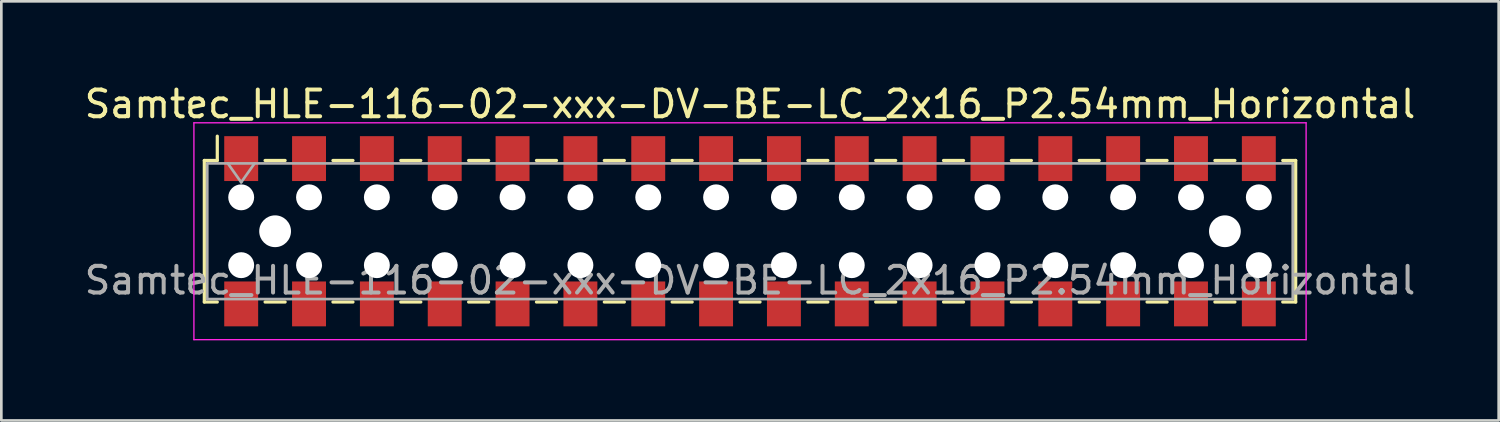
<source format=kicad_pcb>
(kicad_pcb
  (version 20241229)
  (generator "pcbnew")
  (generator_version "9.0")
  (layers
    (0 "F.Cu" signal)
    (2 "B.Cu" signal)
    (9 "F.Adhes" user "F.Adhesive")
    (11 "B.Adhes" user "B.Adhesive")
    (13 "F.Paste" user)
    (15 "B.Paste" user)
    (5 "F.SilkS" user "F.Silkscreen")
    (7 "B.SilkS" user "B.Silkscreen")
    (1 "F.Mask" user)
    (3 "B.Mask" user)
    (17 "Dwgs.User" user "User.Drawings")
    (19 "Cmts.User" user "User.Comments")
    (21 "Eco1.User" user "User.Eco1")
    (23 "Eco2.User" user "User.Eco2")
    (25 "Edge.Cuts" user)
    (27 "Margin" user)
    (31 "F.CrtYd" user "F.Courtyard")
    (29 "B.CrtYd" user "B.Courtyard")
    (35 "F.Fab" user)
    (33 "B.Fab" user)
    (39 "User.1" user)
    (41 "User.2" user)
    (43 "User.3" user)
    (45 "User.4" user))
  (footprint "Samtec_HLE-116-02-xxx-DV-BE-LC_2x16_P2.54mm_Horizontal"
    (layer "F.Cu")
    (at 25.03 5.608)
    (property "Reference" "Samtec_HLE-116-02-xxx-DV-BE-LC_2x16_P2.54mm_Horizontal" (at 0 -4.76 0) (layer "F.SilkS") (effects (font (size 1 1) (thickness 0.15))))
    (attr smd)
    (fp_line (start -20.43 -2.65) (end -20.43 2.65) (stroke (width 0.12) (type solid)) (layer "F.SilkS"))
    (fp_line (start -20.43 2.65) (end -19.945 2.65) (stroke (width 0.12) (type solid)) (layer "F.SilkS"))
    (fp_line (start -19.945 -3.56) (end -19.945 -2.65) (stroke (width 0.12) (type solid)) (layer "F.SilkS"))
    (fp_line (start -19.945 -2.65) (end -20.43 -2.65) (stroke (width 0.12) (type solid)) (layer "F.SilkS"))
    (fp_line (start -18.155 -2.65) (end -17.405 -2.65) (stroke (width 0.12) (type solid)) (layer "F.SilkS"))
    (fp_line (start -18.155 2.65) (end -17.405 2.65) (stroke (width 0.12) (type solid)) (layer "F.SilkS"))
    (fp_line (start -15.615 -2.65) (end -14.865 -2.65) (stroke (width 0.12) (type solid)) (layer "F.SilkS"))
    (fp_line (start -15.615 2.65) (end -14.865 2.65) (stroke (width 0.12) (type solid)) (layer "F.SilkS"))
    (fp_line (start -13.075 -2.65) (end -12.325 -2.65) (stroke (width 0.12) (type solid)) (layer "F.SilkS"))
    (fp_line (start -13.075 2.65) (end -12.325 2.65) (stroke (width 0.12) (type solid)) (layer "F.SilkS"))
    (fp_line (start -10.535 -2.65) (end -9.785 -2.65) (stroke (width 0.12) (type solid)) (layer "F.SilkS"))
    (fp_line (start -10.535 2.65) (end -9.785 2.65) (stroke (width 0.12) (type solid)) (layer "F.SilkS"))
    (fp_line (start -7.995 -2.65) (end -7.245 -2.65) (stroke (width 0.12) (type solid)) (layer "F.SilkS"))
    (fp_line (start -7.995 2.65) (end -7.245 2.65) (stroke (width 0.12) (type solid)) (layer "F.SilkS"))
    (fp_line (start -5.455 -2.65) (end -4.705 -2.65) (stroke (width 0.12) (type solid)) (layer "F.SilkS"))
    (fp_line (start -5.455 2.65) (end -4.705 2.65) (stroke (width 0.12) (type solid)) (layer "F.SilkS"))
    (fp_line (start -2.915 -2.65) (end -2.165 -2.65) (stroke (width 0.12) (type solid)) (layer "F.SilkS"))
    (fp_line (start -2.915 2.65) (end -2.165 2.65) (stroke (width 0.12) (type solid)) (layer "F.SilkS"))
    (fp_line (start -0.375 -2.65) (end 0.375 -2.65) (stroke (width 0.12) (type solid)) (layer "F.SilkS"))
    (fp_line (start -0.375 2.65) (end 0.375 2.65) (stroke (width 0.12) (type solid)) (layer "F.SilkS"))
    (fp_line (start 2.165 -2.65) (end 2.915 -2.65) (stroke (width 0.12) (type solid)) (layer "F.SilkS"))
    (fp_line (start 2.165 2.65) (end 2.915 2.65) (stroke (width 0.12) (type solid)) (layer "F.SilkS"))
    (fp_line (start 4.705 -2.65) (end 5.455 -2.65) (stroke (width 0.12) (type solid)) (layer "F.SilkS"))
    (fp_line (start 4.705 2.65) (end 5.455 2.65) (stroke (width 0.12) (type solid)) (layer "F.SilkS"))
    (fp_line (start 7.245 -2.65) (end 7.995 -2.65) (stroke (width 0.12) (type solid)) (layer "F.SilkS"))
    (fp_line (start 7.245 2.65) (end 7.995 2.65) (stroke (width 0.12) (type solid)) (layer "F.SilkS"))
    (fp_line (start 9.785 -2.65) (end 10.535 -2.65) (stroke (width 0.12) (type solid)) (layer "F.SilkS"))
    (fp_line (start 9.785 2.65) (end 10.535 2.65) (stroke (width 0.12) (type solid)) (layer "F.SilkS"))
    (fp_line (start 12.325 -2.65) (end 13.075 -2.65) (stroke (width 0.12) (type solid)) (layer "F.SilkS"))
    (fp_line (start 12.325 2.65) (end 13.075 2.65) (stroke (width 0.12) (type solid)) (layer "F.SilkS"))
    (fp_line (start 14.865 -2.65) (end 15.615 -2.65) (stroke (width 0.12) (type solid)) (layer "F.SilkS"))
    (fp_line (start 14.865 2.65) (end 15.615 2.65) (stroke (width 0.12) (type solid)) (layer "F.SilkS"))
    (fp_line (start 17.405 -2.65) (end 18.155 -2.65) (stroke (width 0.12) (type solid)) (layer "F.SilkS"))
    (fp_line (start 17.405 2.65) (end 18.155 2.65) (stroke (width 0.12) (type solid)) (layer "F.SilkS"))
    (fp_line (start 19.945 -2.65) (end 20.43 -2.65) (stroke (width 0.12) (type solid)) (layer "F.SilkS"))
    (fp_line (start 20.43 -2.65) (end 20.43 2.65) (stroke (width 0.12) (type solid)) (layer "F.SilkS"))
    (fp_line (start 20.43 2.65) (end 19.945 2.65) (stroke (width 0.12) (type solid)) (layer "F.SilkS"))
    (fp_line (start -20.82 -4.06) (end 20.82 -4.06) (stroke (width 0.05) (type solid)) (layer "F.CrtYd"))
    (fp_line (start -20.82 4.06) (end -20.82 -4.06) (stroke (width 0.05) (type solid)) (layer "F.CrtYd"))
    (fp_line (start 20.82 -4.06) (end 20.82 4.06) (stroke (width 0.05) (type solid)) (layer "F.CrtYd"))
    (fp_line (start 20.82 4.06) (end -20.82 4.06) (stroke (width 0.05) (type solid)) (layer "F.CrtYd"))
    (fp_line (start -20.32 -2.54) (end 20.32 -2.54) (stroke (width 0.1) (type solid)) (layer "F.Fab"))
    (fp_line (start -20.32 2.54) (end -20.32 -2.54) (stroke (width 0.1) (type solid)) (layer "F.Fab"))
    (fp_line (start -19.55 -2.54) (end -19.05 -1.833) (stroke (width 0.1) (type solid)) (layer "F.Fab"))
    (fp_line (start -19.05 -1.833) (end -18.55 -2.54) (stroke (width 0.1) (type solid)) (layer "F.Fab"))
    (fp_line (start 20.32 -2.54) (end 20.32 2.54) (stroke (width 0.1) (type solid)) (layer "F.Fab"))
    (fp_line (start 20.32 2.54) (end -20.32 2.54) (stroke (width 0.1) (type solid)) (layer "F.Fab"))
    (fp_text user "${REFERENCE}" (at 0 1.84 0) (layer "F.Fab") (effects (font (size 1 1) (thickness 0.15))))
    (pad "" np_thru_hole circle (at -19.05 -1.27) (size 0.97 0.97) (drill 0.97) (layers "*.Cu" "*.Mask"))
    (pad "" np_thru_hole circle (at -19.05 1.27) (size 0.97 0.97) (drill 0.97) (layers "*.Cu" "*.Mask"))
    (pad "" np_thru_hole circle (at -17.78 0) (size 1.19 1.19) (drill 1.19) (layers "*.Cu" "*.Mask"))
    (pad "" np_thru_hole circle (at -16.51 -1.27) (size 0.97 0.97) (drill 0.97) (layers "*.Cu" "*.Mask"))
    (pad "" np_thru_hole circle (at -16.51 1.27) (size 0.97 0.97) (drill 0.97) (layers "*.Cu" "*.Mask"))
    (pad "" np_thru_hole circle (at -13.97 -1.27) (size 0.97 0.97) (drill 0.97) (layers "*.Cu" "*.Mask"))
    (pad "" np_thru_hole circle (at -13.97 1.27) (size 0.97 0.97) (drill 0.97) (layers "*.Cu" "*.Mask"))
    (pad "" np_thru_hole circle (at -11.43 -1.27) (size 0.97 0.97) (drill 0.97) (layers "*.Cu" "*.Mask"))
    (pad "" np_thru_hole circle (at -11.43 1.27) (size 0.97 0.97) (drill 0.97) (layers "*.Cu" "*.Mask"))
    (pad "" np_thru_hole circle (at -8.89 -1.27) (size 0.97 0.97) (drill 0.97) (layers "*.Cu" "*.Mask"))
    (pad "" np_thru_hole circle (at -8.89 1.27) (size 0.97 0.97) (drill 0.97) (layers "*.Cu" "*.Mask"))
    (pad "" np_thru_hole circle (at -6.35 -1.27) (size 0.97 0.97) (drill 0.97) (layers "*.Cu" "*.Mask"))
    (pad "" np_thru_hole circle (at -6.35 1.27) (size 0.97 0.97) (drill 0.97) (layers "*.Cu" "*.Mask"))
    (pad "" np_thru_hole circle (at -3.81 -1.27) (size 0.97 0.97) (drill 0.97) (layers "*.Cu" "*.Mask"))
    (pad "" np_thru_hole circle (at -3.81 1.27) (size 0.97 0.97) (drill 0.97) (layers "*.Cu" "*.Mask"))
    (pad "" np_thru_hole circle (at -1.27 -1.27) (size 0.97 0.97) (drill 0.97) (layers "*.Cu" "*.Mask"))
    (pad "" np_thru_hole circle (at -1.27 1.27) (size 0.97 0.97) (drill 0.97) (layers "*.Cu" "*.Mask"))
    (pad "" np_thru_hole circle (at 1.27 -1.27) (size 0.97 0.97) (drill 0.97) (layers "*.Cu" "*.Mask"))
    (pad "" np_thru_hole circle (at 1.27 1.27) (size 0.97 0.97) (drill 0.97) (layers "*.Cu" "*.Mask"))
    (pad "" np_thru_hole circle (at 3.81 -1.27) (size 0.97 0.97) (drill 0.97) (layers "*.Cu" "*.Mask"))
    (pad "" np_thru_hole circle (at 3.81 1.27) (size 0.97 0.97) (drill 0.97) (layers "*.Cu" "*.Mask"))
    (pad "" np_thru_hole circle (at 6.35 -1.27) (size 0.97 0.97) (drill 0.97) (layers "*.Cu" "*.Mask"))
    (pad "" np_thru_hole circle (at 6.35 1.27) (size 0.97 0.97) (drill 0.97) (layers "*.Cu" "*.Mask"))
    (pad "" np_thru_hole circle (at 8.89 -1.27) (size 0.97 0.97) (drill 0.97) (layers "*.Cu" "*.Mask"))
    (pad "" np_thru_hole circle (at 8.89 1.27) (size 0.97 0.97) (drill 0.97) (layers "*.Cu" "*.Mask"))
    (pad "" np_thru_hole circle (at 11.43 -1.27) (size 0.97 0.97) (drill 0.97) (layers "*.Cu" "*.Mask"))
    (pad "" np_thru_hole circle (at 11.43 1.27) (size 0.97 0.97) (drill 0.97) (layers "*.Cu" "*.Mask"))
    (pad "" np_thru_hole circle (at 13.97 -1.27) (size 0.97 0.97) (drill 0.97) (layers "*.Cu" "*.Mask"))
    (pad "" np_thru_hole circle (at 13.97 1.27) (size 0.97 0.97) (drill 0.97) (layers "*.Cu" "*.Mask"))
    (pad "" np_thru_hole circle (at 16.51 -1.27) (size 0.97 0.97) (drill 0.97) (layers "*.Cu" "*.Mask"))
    (pad "" np_thru_hole circle (at 16.51 1.27) (size 0.97 0.97) (drill 0.97) (layers "*.Cu" "*.Mask"))
    (pad "" np_thru_hole circle (at 17.78 0) (size 1.19 1.19) (drill 1.19) (layers "*.Cu" "*.Mask"))
    (pad "" np_thru_hole circle (at 19.05 -1.27) (size 0.97 0.97) (drill 0.97) (layers "*.Cu" "*.Mask"))
    (pad "" np_thru_hole circle (at 19.05 1.27) (size 0.97 0.97) (drill 0.97) (layers "*.Cu" "*.Mask"))
    (pad "1" smd rect (at -19.05 -2.72) (size 1.27 1.68) (layers "F.Cu" "F.Mask" "F.Paste"))
    (pad "2" smd rect (at -19.05 2.72) (size 1.27 1.68) (layers "F.Cu" "F.Mask" "F.Paste"))
    (pad "3" smd rect (at -16.51 -2.72) (size 1.27 1.68) (layers "F.Cu" "F.Mask" "F.Paste"))
    (pad "4" smd rect (at -16.51 2.72) (size 1.27 1.68) (layers "F.Cu" "F.Mask" "F.Paste"))
    (pad "5" smd rect (at -13.97 -2.72) (size 1.27 1.68) (layers "F.Cu" "F.Mask" "F.Paste"))
    (pad "6" smd rect (at -13.97 2.72) (size 1.27 1.68) (layers "F.Cu" "F.Mask" "F.Paste"))
    (pad "7" smd rect (at -11.43 -2.72) (size 1.27 1.68) (layers "F.Cu" "F.Mask" "F.Paste"))
    (pad "8" smd rect (at -11.43 2.72) (size 1.27 1.68) (layers "F.Cu" "F.Mask" "F.Paste"))
    (pad "9" smd rect (at -8.89 -2.72) (size 1.27 1.68) (layers "F.Cu" "F.Mask" "F.Paste"))
    (pad "10" smd rect (at -8.89 2.72) (size 1.27 1.68) (layers "F.Cu" "F.Mask" "F.Paste"))
    (pad "11" smd rect (at -6.35 -2.72) (size 1.27 1.68) (layers "F.Cu" "F.Mask" "F.Paste"))
    (pad "12" smd rect (at -6.35 2.72) (size 1.27 1.68) (layers "F.Cu" "F.Mask" "F.Paste"))
    (pad "13" smd rect (at -3.81 -2.72) (size 1.27 1.68) (layers "F.Cu" "F.Mask" "F.Paste"))
    (pad "14" smd rect (at -3.81 2.72) (size 1.27 1.68) (layers "F.Cu" "F.Mask" "F.Paste"))
    (pad "15" smd rect (at -1.27 -2.72) (size 1.27 1.68) (layers "F.Cu" "F.Mask" "F.Paste"))
    (pad "16" smd rect (at -1.27 2.72) (size 1.27 1.68) (layers "F.Cu" "F.Mask" "F.Paste"))
    (pad "17" smd rect (at 1.27 -2.72) (size 1.27 1.68) (layers "F.Cu" "F.Mask" "F.Paste"))
    (pad "18" smd rect (at 1.27 2.72) (size 1.27 1.68) (layers "F.Cu" "F.Mask" "F.Paste"))
    (pad "19" smd rect (at 3.81 -2.72) (size 1.27 1.68) (layers "F.Cu" "F.Mask" "F.Paste"))
    (pad "20" smd rect (at 3.81 2.72) (size 1.27 1.68) (layers "F.Cu" "F.Mask" "F.Paste"))
    (pad "21" smd rect (at 6.35 -2.72) (size 1.27 1.68) (layers "F.Cu" "F.Mask" "F.Paste"))
    (pad "22" smd rect (at 6.35 2.72) (size 1.27 1.68) (layers "F.Cu" "F.Mask" "F.Paste"))
    (pad "23" smd rect (at 8.89 -2.72) (size 1.27 1.68) (layers "F.Cu" "F.Mask" "F.Paste"))
    (pad "24" smd rect (at 8.89 2.72) (size 1.27 1.68) (layers "F.Cu" "F.Mask" "F.Paste"))
    (pad "25" smd rect (at 11.43 -2.72) (size 1.27 1.68) (layers "F.Cu" "F.Mask" "F.Paste"))
    (pad "26" smd rect (at 11.43 2.72) (size 1.27 1.68) (layers "F.Cu" "F.Mask" "F.Paste"))
    (pad "27" smd rect (at 13.97 -2.72) (size 1.27 1.68) (layers "F.Cu" "F.Mask" "F.Paste"))
    (pad "28" smd rect (at 13.97 2.72) (size 1.27 1.68) (layers "F.Cu" "F.Mask" "F.Paste"))
    (pad "29" smd rect (at 16.51 -2.72) (size 1.27 1.68) (layers "F.Cu" "F.Mask" "F.Paste"))
    (pad "30" smd rect (at 16.51 2.72) (size 1.27 1.68) (layers "F.Cu" "F.Mask" "F.Paste"))
    (pad "31" smd rect (at 19.05 -2.72) (size 1.27 1.68) (layers "F.Cu" "F.Mask" "F.Paste"))
    (pad "32" smd rect (at 19.05 2.72) (size 1.27 1.68) (layers "F.Cu" "F.Mask" "F.Paste")))
  (gr_rect
    (start -3 -3)
    (end 53.06 12.693)
    (stroke (width 0.1) (type default))
    (fill no)
    (layer "Edge.Cuts")))
</source>
